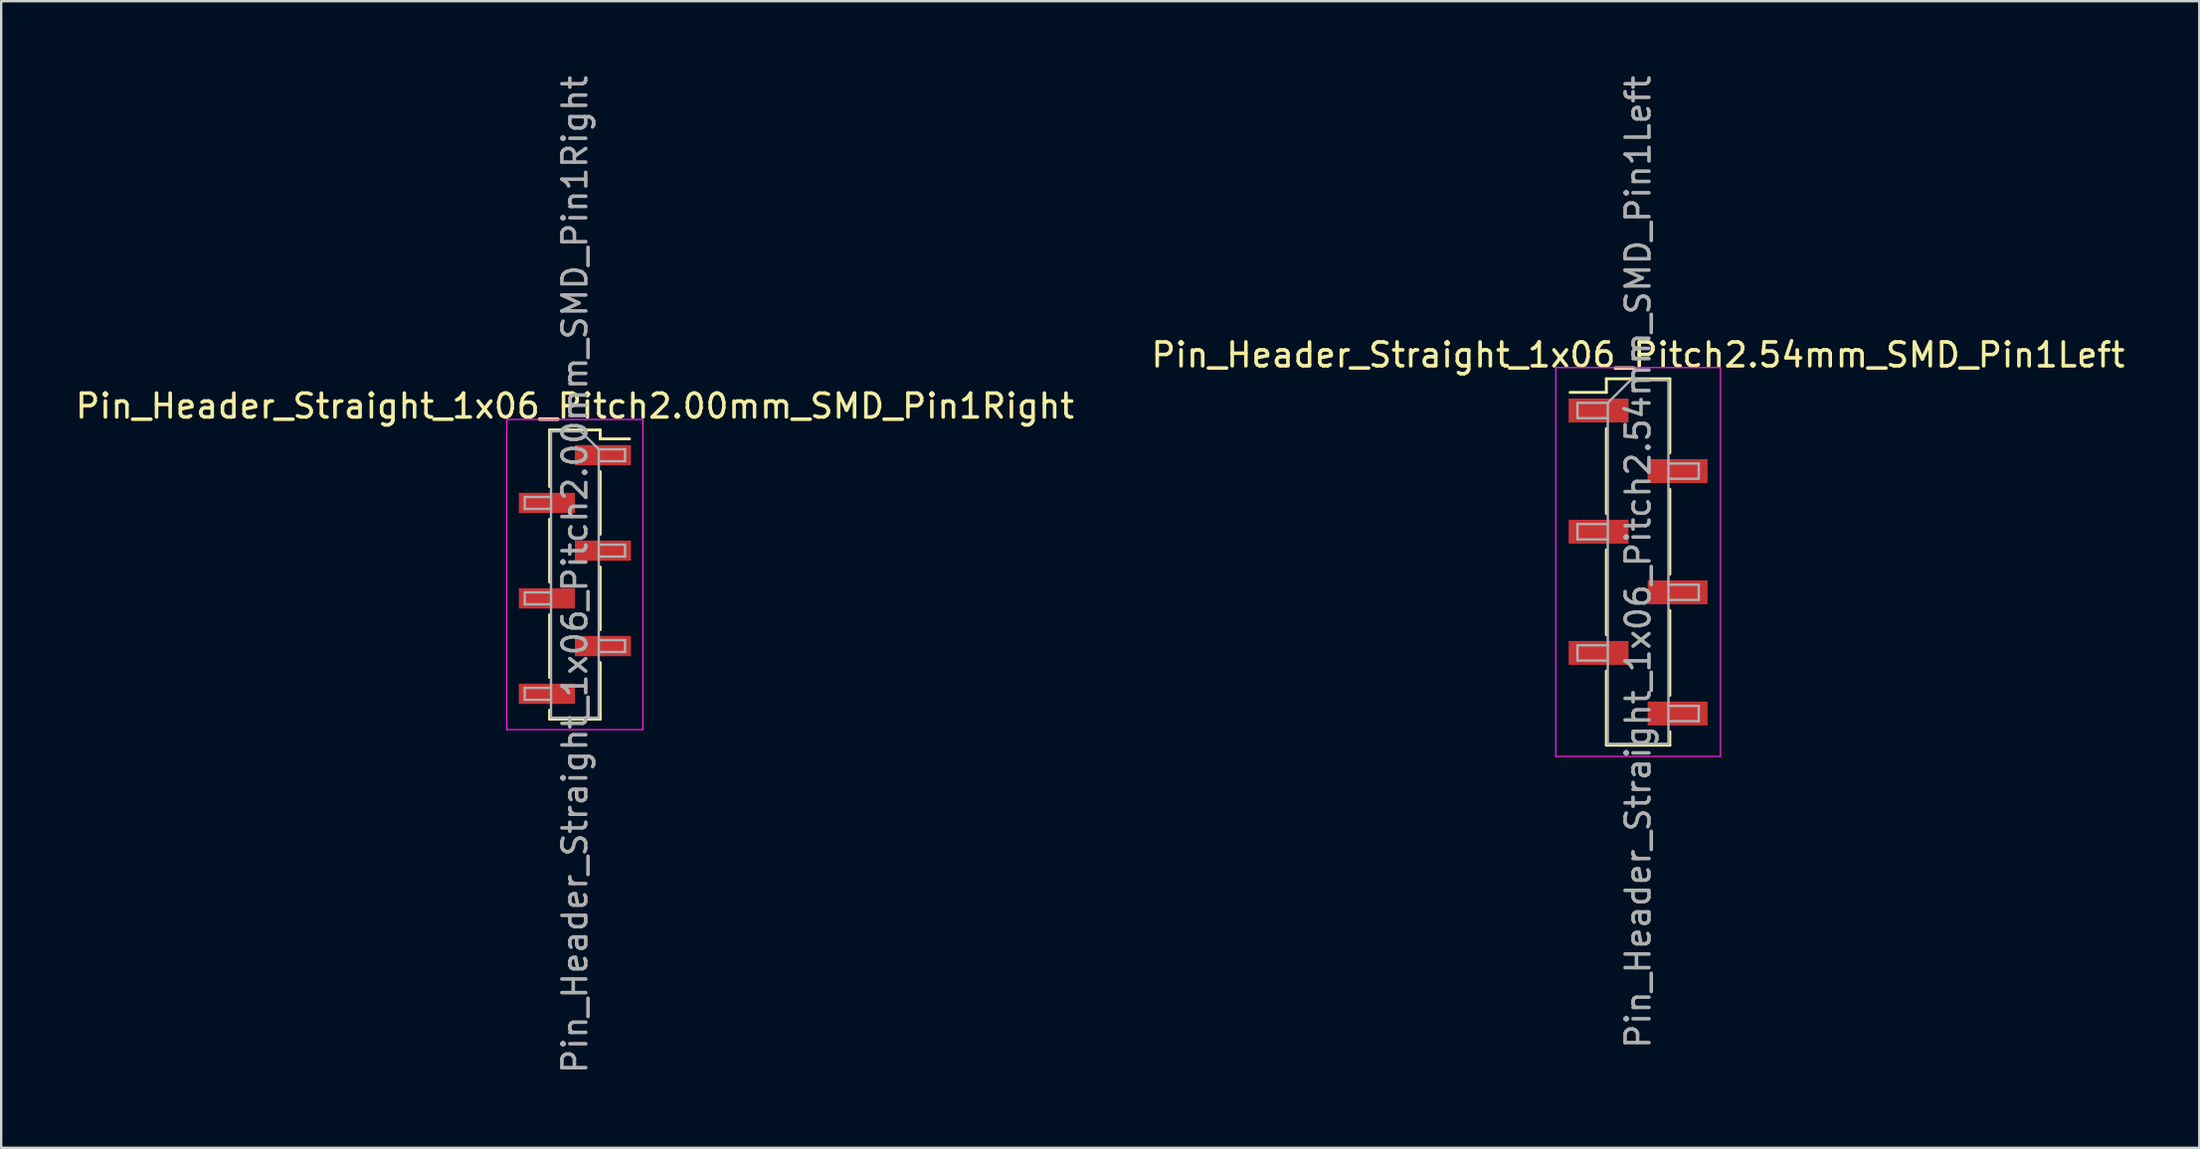
<source format=kicad_pcb>
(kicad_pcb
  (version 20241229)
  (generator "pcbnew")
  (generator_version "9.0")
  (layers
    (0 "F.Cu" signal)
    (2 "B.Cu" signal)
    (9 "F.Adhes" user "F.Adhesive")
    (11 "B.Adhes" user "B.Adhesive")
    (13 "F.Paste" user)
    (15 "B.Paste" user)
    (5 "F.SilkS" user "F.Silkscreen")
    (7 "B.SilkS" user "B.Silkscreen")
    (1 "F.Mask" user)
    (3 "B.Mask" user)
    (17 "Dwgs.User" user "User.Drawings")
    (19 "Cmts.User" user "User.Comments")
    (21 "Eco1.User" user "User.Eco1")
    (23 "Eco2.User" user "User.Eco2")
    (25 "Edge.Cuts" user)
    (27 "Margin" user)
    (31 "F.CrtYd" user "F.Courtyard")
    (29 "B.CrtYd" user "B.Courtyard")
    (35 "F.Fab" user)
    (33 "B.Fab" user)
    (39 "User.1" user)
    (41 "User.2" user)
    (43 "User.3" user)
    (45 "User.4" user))
  (footprint "Pin_Header_Straight_1x06_Pitch2.54mm_SMD_Pin1Left"
    (layer "F.Cu")
    (at 65.565 20.506)
    (property "Reference" "Pin_Header_Straight_1x06_Pitch2.54mm_SMD_Pin1Left" (at 0 -8.68 0) (layer "F.SilkS") (effects (font (size 1 1) (thickness 0.15))))
    (attr smd)
    (fp_line (start -1.33 -7.68) (end -1.33 -7.11) (stroke (width 0.12) (type solid)) (layer "F.SilkS"))
    (fp_line (start -1.33 -7.68) (end 1.33 -7.68) (stroke (width 0.12) (type solid)) (layer "F.SilkS"))
    (fp_line (start -1.33 -7.11) (end -2.85 -7.11) (stroke (width 0.12) (type solid)) (layer "F.SilkS"))
    (fp_line (start -1.33 -5.59) (end -1.33 -2.03) (stroke (width 0.12) (type solid)) (layer "F.SilkS"))
    (fp_line (start -1.33 -0.51) (end -1.33 3.05) (stroke (width 0.12) (type solid)) (layer "F.SilkS"))
    (fp_line (start -1.33 4.57) (end -1.33 7.68) (stroke (width 0.12) (type solid)) (layer "F.SilkS"))
    (fp_line (start -1.33 7.68) (end 1.33 7.68) (stroke (width 0.12) (type solid)) (layer "F.SilkS"))
    (fp_line (start 1.33 -7.68) (end 1.33 -4.57) (stroke (width 0.12) (type solid)) (layer "F.SilkS"))
    (fp_line (start 1.33 -3.05) (end 1.33 0.51) (stroke (width 0.12) (type solid)) (layer "F.SilkS"))
    (fp_line (start 1.33 2.03) (end 1.33 5.59) (stroke (width 0.12) (type solid)) (layer "F.SilkS"))
    (fp_line (start 1.33 7.11) (end 1.33 7.68) (stroke (width 0.12) (type solid)) (layer "F.SilkS"))
    (fp_line (start -3.45 -8.15) (end -3.45 8.15) (stroke (width 0.05) (type solid)) (layer "F.CrtYd"))
    (fp_line (start -3.45 8.15) (end 3.45 8.15) (stroke (width 0.05) (type solid)) (layer "F.CrtYd"))
    (fp_line (start 3.45 -8.15) (end -3.45 -8.15) (stroke (width 0.05) (type solid)) (layer "F.CrtYd"))
    (fp_line (start 3.45 8.15) (end 3.45 -8.15) (stroke (width 0.05) (type solid)) (layer "F.CrtYd"))
    (fp_line (start -2.54 -6.67) (end -2.54 -6.03) (stroke (width 0.1) (type solid)) (layer "F.Fab"))
    (fp_line (start -2.54 -6.03) (end -1.27 -6.03) (stroke (width 0.1) (type solid)) (layer "F.Fab"))
    (fp_line (start -2.54 -1.59) (end -2.54 -0.95) (stroke (width 0.1) (type solid)) (layer "F.Fab"))
    (fp_line (start -2.54 -0.95) (end -1.27 -0.95) (stroke (width 0.1) (type solid)) (layer "F.Fab"))
    (fp_line (start -2.54 3.49) (end -2.54 4.13) (stroke (width 0.1) (type solid)) (layer "F.Fab"))
    (fp_line (start -2.54 4.13) (end -1.27 4.13) (stroke (width 0.1) (type solid)) (layer "F.Fab"))
    (fp_line (start -1.27 -6.67) (end -2.54 -6.67) (stroke (width 0.1) (type solid)) (layer "F.Fab"))
    (fp_line (start -1.27 -6.67) (end -0.32 -7.62) (stroke (width 0.1) (type solid)) (layer "F.Fab"))
    (fp_line (start -1.27 -1.59) (end -2.54 -1.59) (stroke (width 0.1) (type solid)) (layer "F.Fab"))
    (fp_line (start -1.27 3.49) (end -2.54 3.49) (stroke (width 0.1) (type solid)) (layer "F.Fab"))
    (fp_line (start -1.27 7.62) (end -1.27 -6.67) (stroke (width 0.1) (type solid)) (layer "F.Fab"))
    (fp_line (start -0.32 -7.62) (end 1.27 -7.62) (stroke (width 0.1) (type solid)) (layer "F.Fab"))
    (fp_line (start 1.27 -7.62) (end 1.27 7.62) (stroke (width 0.1) (type solid)) (layer "F.Fab"))
    (fp_line (start 1.27 -4.13) (end 2.54 -4.13) (stroke (width 0.1) (type solid)) (layer "F.Fab"))
    (fp_line (start 1.27 0.95) (end 2.54 0.95) (stroke (width 0.1) (type solid)) (layer "F.Fab"))
    (fp_line (start 1.27 6.03) (end 2.54 6.03) (stroke (width 0.1) (type solid)) (layer "F.Fab"))
    (fp_line (start 1.27 7.62) (end -1.27 7.62) (stroke (width 0.1) (type solid)) (layer "F.Fab"))
    (fp_line (start 2.54 -4.13) (end 2.54 -3.49) (stroke (width 0.1) (type solid)) (layer "F.Fab"))
    (fp_line (start 2.54 -3.49) (end 1.27 -3.49) (stroke (width 0.1) (type solid)) (layer "F.Fab"))
    (fp_line (start 2.54 0.95) (end 2.54 1.59) (stroke (width 0.1) (type solid)) (layer "F.Fab"))
    (fp_line (start 2.54 1.59) (end 1.27 1.59) (stroke (width 0.1) (type solid)) (layer "F.Fab"))
    (fp_line (start 2.54 6.03) (end 2.54 6.67) (stroke (width 0.1) (type solid)) (layer "F.Fab"))
    (fp_line (start 2.54 6.67) (end 1.27 6.67) (stroke (width 0.1) (type solid)) (layer "F.Fab"))
    (fp_text user "${REFERENCE}" (at 0 0 90) (layer "F.Fab") (effects (font (size 1 1) (thickness 0.15))))
    (pad "1" smd rect (at -1.655 -6.35) (size 2.51 1) (layers "F.Cu" "F.Mask" "F.Paste"))
    (pad "2" smd rect (at 1.655 -3.81) (size 2.51 1) (layers "F.Cu" "F.Mask" "F.Paste"))
    (pad "3" smd rect (at -1.655 -1.27) (size 2.51 1) (layers "F.Cu" "F.Mask" "F.Paste"))
    (pad "4" smd rect (at 1.655 1.27) (size 2.51 1) (layers "F.Cu" "F.Mask" "F.Paste"))
    (pad "5" smd rect (at -1.655 3.81) (size 2.51 1) (layers "F.Cu" "F.Mask" "F.Paste"))
    (pad "6" smd rect (at 1.655 6.35) (size 2.51 1) (layers "F.Cu" "F.Mask" "F.Paste")))
  (footprint "Pin_Header_Straight_1x06_Pitch2.00mm_SMD_Pin1Right"
    (layer "F.Cu")
    (at 21.03 21.03)
    (property "Reference" "Pin_Header_Straight_1x06_Pitch2.00mm_SMD_Pin1Right" (at 0 -7.06 0) (layer "F.SilkS") (effects (font (size 1 1) (thickness 0.15))))
    (attr smd)
    (fp_line (start -1.06 -6.06) (end -1.06 -3.685) (stroke (width 0.12) (type solid)) (layer "F.SilkS"))
    (fp_line (start -1.06 -6.06) (end 1.06 -6.06) (stroke (width 0.12) (type solid)) (layer "F.SilkS"))
    (fp_line (start -1.06 -2.315) (end -1.06 0.315) (stroke (width 0.12) (type solid)) (layer "F.SilkS"))
    (fp_line (start -1.06 1.685) (end -1.06 4.315) (stroke (width 0.12) (type solid)) (layer "F.SilkS"))
    (fp_line (start -1.06 5.685) (end -1.06 6.06) (stroke (width 0.12) (type solid)) (layer "F.SilkS"))
    (fp_line (start -1.06 6.06) (end 1.06 6.06) (stroke (width 0.12) (type solid)) (layer "F.SilkS"))
    (fp_line (start 1.06 -6.06) (end 1.06 -5.685) (stroke (width 0.12) (type solid)) (layer "F.SilkS"))
    (fp_line (start 1.06 -5.685) (end 2.29 -5.685) (stroke (width 0.12) (type solid)) (layer "F.SilkS"))
    (fp_line (start 1.06 -4.315) (end 1.06 -1.685) (stroke (width 0.12) (type solid)) (layer "F.SilkS"))
    (fp_line (start 1.06 -0.315) (end 1.06 2.315) (stroke (width 0.12) (type solid)) (layer "F.SilkS"))
    (fp_line (start 1.06 3.685) (end 1.06 6.06) (stroke (width 0.12) (type solid)) (layer "F.SilkS"))
    (fp_line (start -2.85 -6.5) (end -2.85 6.5) (stroke (width 0.05) (type solid)) (layer "F.CrtYd"))
    (fp_line (start -2.85 6.5) (end 2.85 6.5) (stroke (width 0.05) (type solid)) (layer "F.CrtYd"))
    (fp_line (start 2.85 -6.5) (end -2.85 -6.5) (stroke (width 0.05) (type solid)) (layer "F.CrtYd"))
    (fp_line (start 2.85 6.5) (end 2.85 -6.5) (stroke (width 0.05) (type solid)) (layer "F.CrtYd"))
    (fp_line (start -2.1 -3.25) (end -2.1 -2.75) (stroke (width 0.1) (type solid)) (layer "F.Fab"))
    (fp_line (start -2.1 -2.75) (end -1 -2.75) (stroke (width 0.1) (type solid)) (layer "F.Fab"))
    (fp_line (start -2.1 0.75) (end -2.1 1.25) (stroke (width 0.1) (type solid)) (layer "F.Fab"))
    (fp_line (start -2.1 1.25) (end -1 1.25) (stroke (width 0.1) (type solid)) (layer "F.Fab"))
    (fp_line (start -2.1 4.75) (end -2.1 5.25) (stroke (width 0.1) (type solid)) (layer "F.Fab"))
    (fp_line (start -2.1 5.25) (end -1 5.25) (stroke (width 0.1) (type solid)) (layer "F.Fab"))
    (fp_line (start -1 -6) (end -1 6) (stroke (width 0.1) (type solid)) (layer "F.Fab"))
    (fp_line (start -1 -6) (end 0.25 -6) (stroke (width 0.1) (type solid)) (layer "F.Fab"))
    (fp_line (start -1 -3.25) (end -2.1 -3.25) (stroke (width 0.1) (type solid)) (layer "F.Fab"))
    (fp_line (start -1 0.75) (end -2.1 0.75) (stroke (width 0.1) (type solid)) (layer "F.Fab"))
    (fp_line (start -1 4.75) (end -2.1 4.75) (stroke (width 0.1) (type solid)) (layer "F.Fab"))
    (fp_line (start 1 -5.25) (end 0.25 -6) (stroke (width 0.1) (type solid)) (layer "F.Fab"))
    (fp_line (start 1 -5.25) (end 2.1 -5.25) (stroke (width 0.1) (type solid)) (layer "F.Fab"))
    (fp_line (start 1 -1.25) (end 2.1 -1.25) (stroke (width 0.1) (type solid)) (layer "F.Fab"))
    (fp_line (start 1 2.75) (end 2.1 2.75) (stroke (width 0.1) (type solid)) (layer "F.Fab"))
    (fp_line (start 1 6) (end -1 6) (stroke (width 0.1) (type solid)) (layer "F.Fab"))
    (fp_line (start 1 6) (end 1 -5.25) (stroke (width 0.1) (type solid)) (layer "F.Fab"))
    (fp_line (start 2.1 -5.25) (end 2.1 -4.75) (stroke (width 0.1) (type solid)) (layer "F.Fab"))
    (fp_line (start 2.1 -4.75) (end 1 -4.75) (stroke (width 0.1) (type solid)) (layer "F.Fab"))
    (fp_line (start 2.1 -1.25) (end 2.1 -0.75) (stroke (width 0.1) (type solid)) (layer "F.Fab"))
    (fp_line (start 2.1 -0.75) (end 1 -0.75) (stroke (width 0.1) (type solid)) (layer "F.Fab"))
    (fp_line (start 2.1 2.75) (end 2.1 3.25) (stroke (width 0.1) (type solid)) (layer "F.Fab"))
    (fp_line (start 2.1 3.25) (end 1 3.25) (stroke (width 0.1) (type solid)) (layer "F.Fab"))
    (fp_text user "${REFERENCE}" (at 0 0 90) (layer "F.Fab") (effects (font (size 1 1) (thickness 0.15))))
    (pad "1" smd rect (at 1.175 -5) (size 2.35 0.85) (layers "F.Cu" "F.Mask" "F.Paste"))
    (pad "2" smd rect (at -1.175 -3) (size 2.35 0.85) (layers "F.Cu" "F.Mask" "F.Paste"))
    (pad "3" smd rect (at 1.175 -1) (size 2.35 0.85) (layers "F.Cu" "F.Mask" "F.Paste"))
    (pad "4" smd rect (at -1.175 1) (size 2.35 0.85) (layers "F.Cu" "F.Mask" "F.Paste"))
    (pad "5" smd rect (at 1.175 3) (size 2.35 0.85) (layers "F.Cu" "F.Mask" "F.Paste"))
    (pad "6" smd rect (at -1.175 5) (size 2.35 0.85) (layers "F.Cu" "F.Mask" "F.Paste")))
  (gr_rect
    (start -3 -3)
    (end 89.071 45.06)
    (stroke (width 0.1) (type default))
    (fill no)
    (layer "Edge.Cuts")))
</source>
